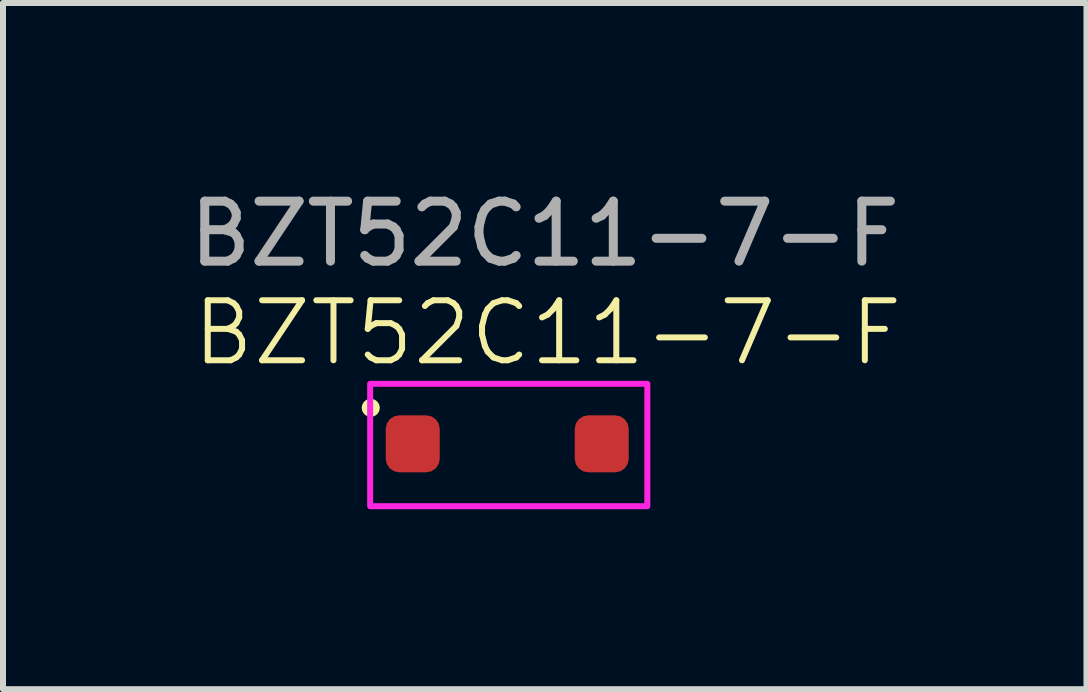
<source format=kicad_pcb>
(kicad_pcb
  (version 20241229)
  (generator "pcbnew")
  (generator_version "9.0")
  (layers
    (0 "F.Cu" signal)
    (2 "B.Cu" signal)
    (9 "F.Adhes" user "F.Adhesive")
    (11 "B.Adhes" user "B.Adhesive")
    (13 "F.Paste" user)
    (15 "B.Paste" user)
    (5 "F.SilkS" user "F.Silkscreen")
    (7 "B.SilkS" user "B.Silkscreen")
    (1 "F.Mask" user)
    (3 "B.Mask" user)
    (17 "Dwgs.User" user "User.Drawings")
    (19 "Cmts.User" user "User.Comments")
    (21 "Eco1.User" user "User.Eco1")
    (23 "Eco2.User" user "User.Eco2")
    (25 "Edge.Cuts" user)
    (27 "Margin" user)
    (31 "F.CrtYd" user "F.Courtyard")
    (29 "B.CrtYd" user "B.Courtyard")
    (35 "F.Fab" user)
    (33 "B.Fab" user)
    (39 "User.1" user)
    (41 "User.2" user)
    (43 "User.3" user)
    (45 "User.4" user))
  (footprint "BZT52C11-7-F"
    (layer "F.Cu")
    (at 3.83 4.348)
    (property "Reference" "BZT52C11-7-F" (at 2.25 -1.85 0) (unlocked yes) (layer "F.SilkS") (effects (font (size 1 1) (thickness 0.1))))
    (attr smd)
    (fp_circle (center -0.7 -0.6) (end -0.6 -0.6) (stroke (width 0.1) (type solid)) (fill yes) (layer "F.SilkS"))
    (fp_rect (start -0.71 -1) (end 3.91 1.04) (stroke (width 0.1) (type default)) (fill no) (layer "F.CrtYd"))
    (fp_text user "${REFERENCE}" (at 2.2 -3.5 0) (unlocked yes) (layer "F.Fab") (effects (font (size 1 1) (thickness 0.15))))
    (pad "1" smd roundrect (at 0 0) (size 0.9 0.95) (layers "F.Cu" "F.Mask" "F.Paste") (roundrect_rratio 0.25))
    (pad "2" smd roundrect (at 3.15 0) (size 0.9 0.95) (layers "F.Cu" "F.Mask" "F.Paste") (roundrect_rratio 0.25)))
  (gr_rect
    (start -3 -3)
    (end 15.06 8.438)
    (stroke (width 0.1) (type default))
    (fill no)
    (layer "Edge.Cuts")))
</source>
